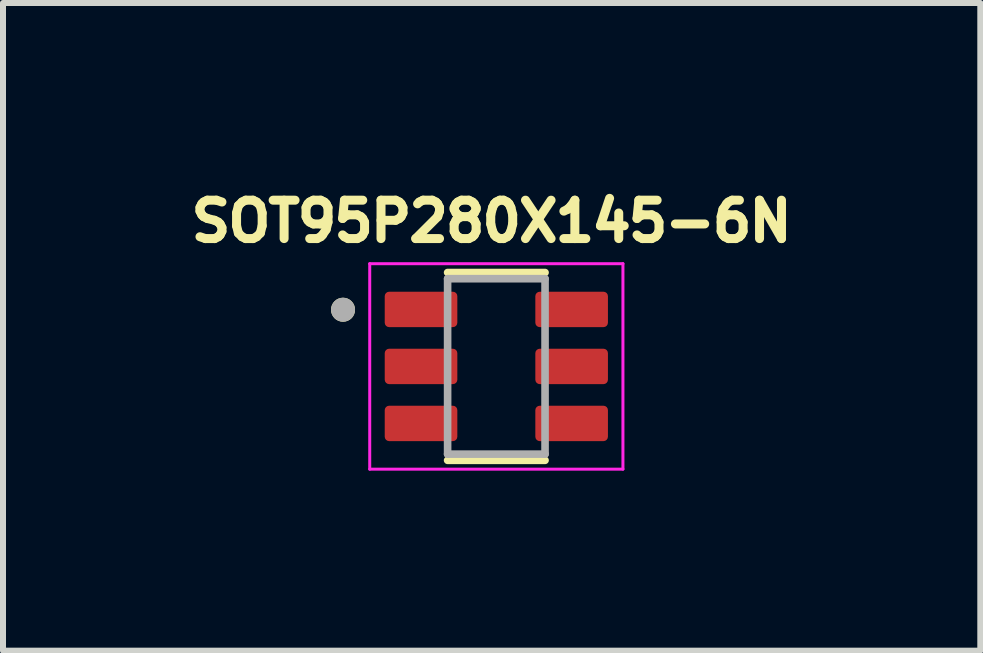
<source format=kicad_pcb>
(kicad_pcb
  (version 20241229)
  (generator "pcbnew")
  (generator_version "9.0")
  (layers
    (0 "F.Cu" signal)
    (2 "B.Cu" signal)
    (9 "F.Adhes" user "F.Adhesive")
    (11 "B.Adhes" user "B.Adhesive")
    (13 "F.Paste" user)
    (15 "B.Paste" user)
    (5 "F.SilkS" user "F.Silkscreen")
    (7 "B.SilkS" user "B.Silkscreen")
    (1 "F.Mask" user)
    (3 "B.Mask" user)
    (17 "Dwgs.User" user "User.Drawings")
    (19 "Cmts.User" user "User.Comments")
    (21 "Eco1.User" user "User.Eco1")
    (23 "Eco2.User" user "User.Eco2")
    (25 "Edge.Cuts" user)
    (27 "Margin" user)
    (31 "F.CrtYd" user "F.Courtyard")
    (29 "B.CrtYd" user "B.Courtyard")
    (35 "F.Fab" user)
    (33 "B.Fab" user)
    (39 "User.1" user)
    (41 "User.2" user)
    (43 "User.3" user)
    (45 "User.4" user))
  (footprint "SOT95P280X145-6N"
    (layer "F.Cu")
    (at 5.222 3.057)
    (property "Reference" "SOT95P280X145-6N" (at -0.078 -2.419 0) (layer "F.SilkS") (effects (font (size 0.64 0.64) (thickness 0.15))))
    (attr smd)
    (fp_line (start 0.812 -1.565) (end -0.812 -1.565) (stroke (width 0.127) (type solid)) (layer "F.SilkS"))
    (fp_line (start 0.812 1.565) (end -0.812 1.565) (stroke (width 0.127) (type solid)) (layer "F.SilkS"))
    (fp_circle (center -2.555 -0.945) (end -2.455 -0.945) (stroke (width 0.2) (type solid)) (fill no) (layer "F.SilkS"))
    (fp_line (start -2.11 -1.712) (end -2.11 1.712) (stroke (width 0.05) (type solid)) (layer "F.CrtYd"))
    (fp_line (start -2.11 1.712) (end 2.11 1.712) (stroke (width 0.05) (type solid)) (layer "F.CrtYd"))
    (fp_line (start 2.11 -1.712) (end -2.11 -1.712) (stroke (width 0.05) (type solid)) (layer "F.CrtYd"))
    (fp_line (start 2.11 1.712) (end 2.11 -1.712) (stroke (width 0.05) (type solid)) (layer "F.CrtYd"))
    (fp_line (start -0.812 -1.462) (end 0.812 -1.462) (stroke (width 0.127) (type solid)) (layer "F.Fab"))
    (fp_line (start -0.812 1.462) (end -0.812 -1.462) (stroke (width 0.127) (type solid)) (layer "F.Fab"))
    (fp_line (start 0.812 -1.462) (end 0.812 1.462) (stroke (width 0.127) (type solid)) (layer "F.Fab"))
    (fp_line (start 0.812 1.462) (end -0.812 1.462) (stroke (width 0.127) (type solid)) (layer "F.Fab"))
    (fp_circle (center -2.555 -0.945) (end -2.455 -0.945) (stroke (width 0.2) (type solid)) (fill no) (layer "F.Fab"))
    (pad "1" smd roundrect (at -1.255 -0.95) (size 1.21 0.59) (layers "F.Cu" "F.Mask" "F.Paste") (roundrect_rratio 0.125))
    (pad "2" smd roundrect (at -1.255 0) (size 1.21 0.59) (layers "F.Cu" "F.Mask" "F.Paste") (roundrect_rratio 0.125))
    (pad "3" smd roundrect (at -1.255 0.95) (size 1.21 0.59) (layers "F.Cu" "F.Mask" "F.Paste") (roundrect_rratio 0.125))
    (pad "4" smd roundrect (at 1.255 0.95) (size 1.21 0.59) (layers "F.Cu" "F.Mask" "F.Paste") (roundrect_rratio 0.125))
    (pad "5" smd roundrect (at 1.255 0) (size 1.21 0.59) (layers "F.Cu" "F.Mask" "F.Paste") (roundrect_rratio 0.125))
    (pad "6" smd roundrect (at 1.255 -0.95) (size 1.21 0.59) (layers "F.Cu" "F.Mask" "F.Paste") (roundrect_rratio 0.125)))
  (gr_rect
    (start -3 -3)
    (end 13.288 7.794)
    (stroke (width 0.1) (type default))
    (fill no)
    (layer "Edge.Cuts")))
</source>
